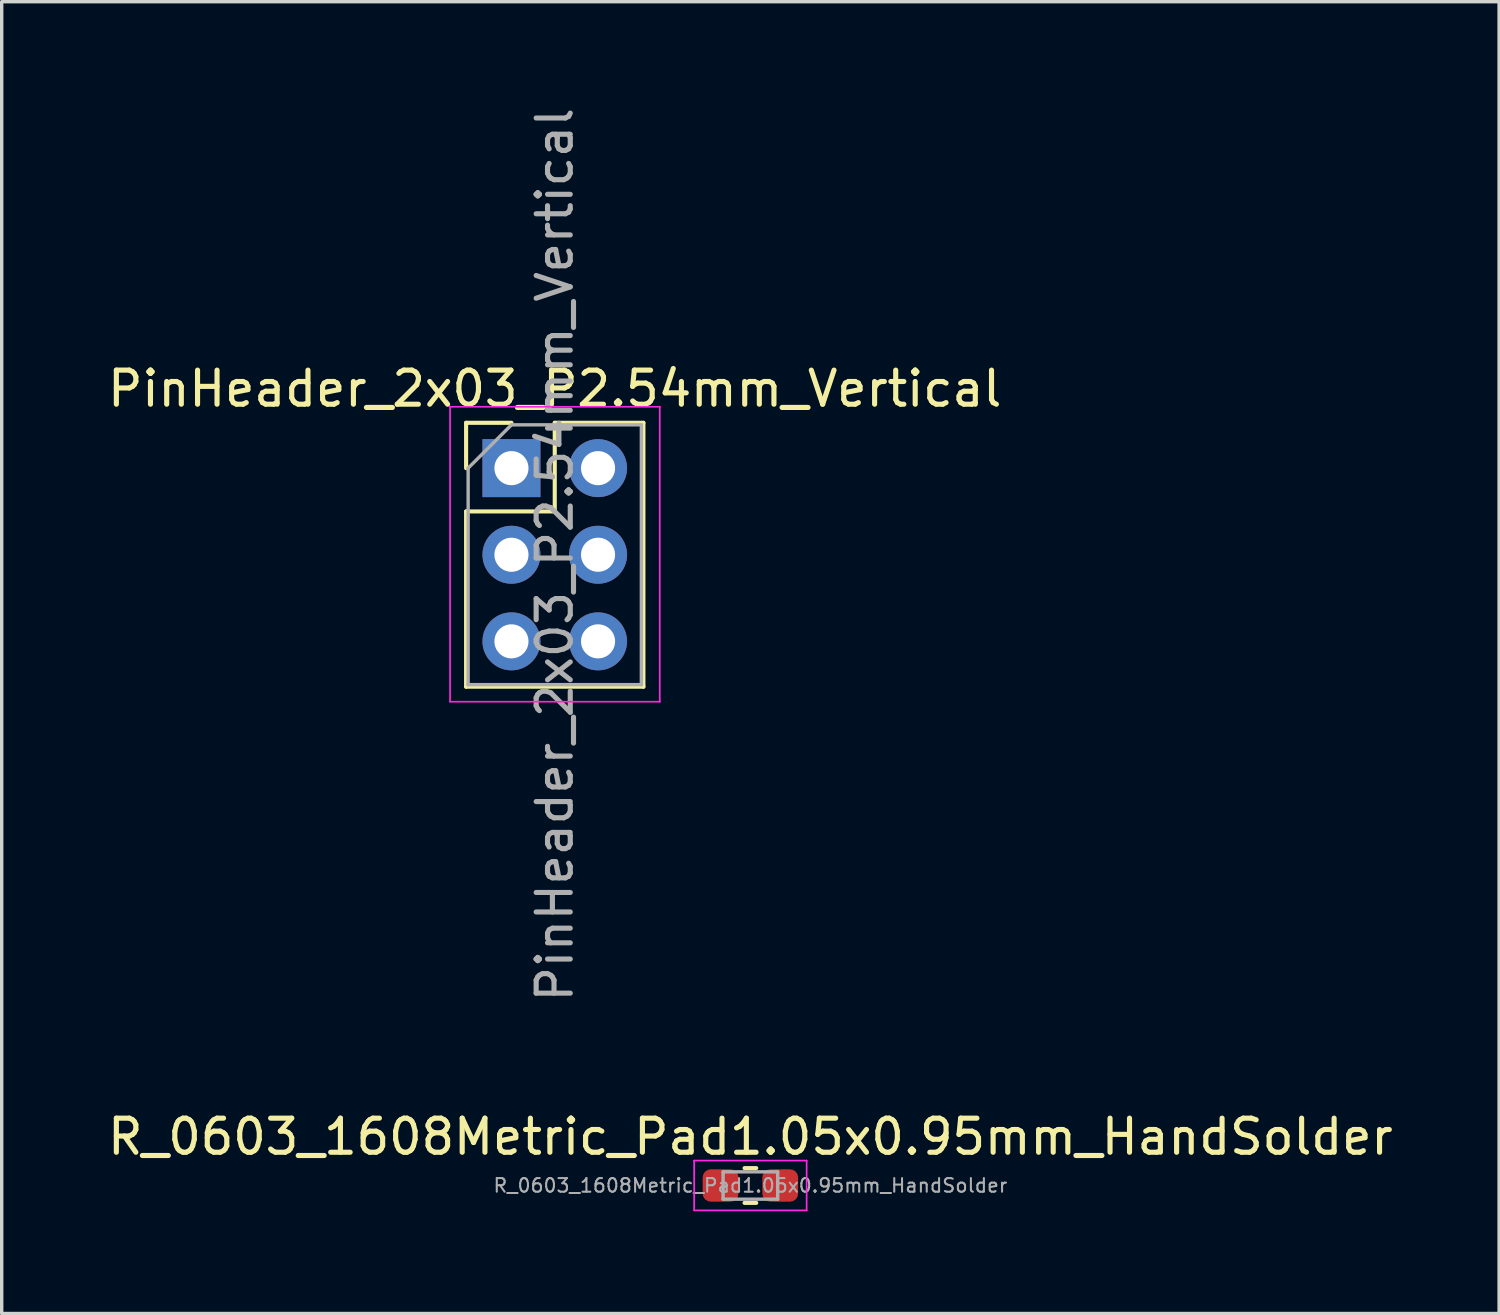
<source format=kicad_pcb>
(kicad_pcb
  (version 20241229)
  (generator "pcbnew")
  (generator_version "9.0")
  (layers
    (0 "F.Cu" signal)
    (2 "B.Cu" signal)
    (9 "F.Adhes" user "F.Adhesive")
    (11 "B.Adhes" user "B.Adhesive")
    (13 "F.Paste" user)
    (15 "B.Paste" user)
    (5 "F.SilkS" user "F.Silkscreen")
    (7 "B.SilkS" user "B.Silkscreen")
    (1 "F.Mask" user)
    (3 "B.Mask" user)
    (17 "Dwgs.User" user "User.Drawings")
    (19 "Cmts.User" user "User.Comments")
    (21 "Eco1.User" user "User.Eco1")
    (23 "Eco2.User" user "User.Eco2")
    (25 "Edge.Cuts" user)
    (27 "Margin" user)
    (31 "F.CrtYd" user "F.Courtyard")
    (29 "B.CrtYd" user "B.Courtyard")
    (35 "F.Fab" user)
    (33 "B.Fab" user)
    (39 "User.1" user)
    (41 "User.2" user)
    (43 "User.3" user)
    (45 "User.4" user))
  (footprint "R_0603_1608Metric_Pad1.05x0.95mm_HandSolder"
    (layer "F.Cu")
    (at 18.958 31.719)
    (property "Reference" "R_0603_1608Metric_Pad1.05x0.95mm_HandSolder" (at 0 -1.43 0) (layer "F.SilkS") (effects (font (size 1 1) (thickness 0.15))))
    (attr smd)
    (fp_line (start -0.171 -0.51) (end 0.171 -0.51) (stroke (width 0.12) (type solid)) (layer "F.SilkS"))
    (fp_line (start -0.171 0.51) (end 0.171 0.51) (stroke (width 0.12) (type solid)) (layer "F.SilkS"))
    (fp_line (start -1.65 -0.73) (end 1.65 -0.73) (stroke (width 0.05) (type solid)) (layer "F.CrtYd"))
    (fp_line (start -1.65 0.73) (end -1.65 -0.73) (stroke (width 0.05) (type solid)) (layer "F.CrtYd"))
    (fp_line (start 1.65 -0.73) (end 1.65 0.73) (stroke (width 0.05) (type solid)) (layer "F.CrtYd"))
    (fp_line (start 1.65 0.73) (end -1.65 0.73) (stroke (width 0.05) (type solid)) (layer "F.CrtYd"))
    (fp_line (start -0.8 -0.4) (end 0.8 -0.4) (stroke (width 0.1) (type solid)) (layer "F.Fab"))
    (fp_line (start -0.8 0.4) (end -0.8 -0.4) (stroke (width 0.1) (type solid)) (layer "F.Fab"))
    (fp_line (start 0.8 -0.4) (end 0.8 0.4) (stroke (width 0.1) (type solid)) (layer "F.Fab"))
    (fp_line (start 0.8 0.4) (end -0.8 0.4) (stroke (width 0.1) (type solid)) (layer "F.Fab"))
    (fp_text user "${REFERENCE}" (at 0 0 0) (layer "F.Fab") (effects (font (size 0.4 0.4) (thickness 0.06))))
    (pad "1" smd roundrect (at -0.875 0) (size 1.05 0.95) (layers "F.Cu" "F.Mask" "F.Paste") (roundrect_rratio 0.25))
    (pad "2" smd roundrect (at 0.875 0) (size 1.05 0.95) (layers "F.Cu" "F.Mask" "F.Paste") (roundrect_rratio 0.25)))
  (footprint "PinHeader_2x03_P2.54mm_Vertical"
    (layer "F.Cu")
    (at 11.95 10.68)
    (property "Reference" "PinHeader_2x03_P2.54mm_Vertical" (at 1.27 -2.33 0) (layer "F.SilkS") (effects (font (size 1 1) (thickness 0.15))))
    (attr through_hole)
    (fp_line (start -1.33 -1.33) (end 0 -1.33) (stroke (width 0.12) (type solid)) (layer "F.SilkS"))
    (fp_line (start -1.33 0) (end -1.33 -1.33) (stroke (width 0.12) (type solid)) (layer "F.SilkS"))
    (fp_line (start -1.33 1.27) (end -1.33 6.41) (stroke (width 0.12) (type solid)) (layer "F.SilkS"))
    (fp_line (start -1.33 1.27) (end 1.27 1.27) (stroke (width 0.12) (type solid)) (layer "F.SilkS"))
    (fp_line (start -1.33 6.41) (end 3.87 6.41) (stroke (width 0.12) (type solid)) (layer "F.SilkS"))
    (fp_line (start 1.27 -1.33) (end 3.87 -1.33) (stroke (width 0.12) (type solid)) (layer "F.SilkS"))
    (fp_line (start 1.27 1.27) (end 1.27 -1.33) (stroke (width 0.12) (type solid)) (layer "F.SilkS"))
    (fp_line (start 3.87 -1.33) (end 3.87 6.41) (stroke (width 0.12) (type solid)) (layer "F.SilkS"))
    (fp_line (start -1.8 -1.8) (end -1.8 6.85) (stroke (width 0.05) (type solid)) (layer "F.CrtYd"))
    (fp_line (start -1.8 6.85) (end 4.35 6.85) (stroke (width 0.05) (type solid)) (layer "F.CrtYd"))
    (fp_line (start 4.35 -1.8) (end -1.8 -1.8) (stroke (width 0.05) (type solid)) (layer "F.CrtYd"))
    (fp_line (start 4.35 6.85) (end 4.35 -1.8) (stroke (width 0.05) (type solid)) (layer "F.CrtYd"))
    (fp_line (start -1.27 0) (end 0 -1.27) (stroke (width 0.1) (type solid)) (layer "F.Fab"))
    (fp_line (start -1.27 6.35) (end -1.27 0) (stroke (width 0.1) (type solid)) (layer "F.Fab"))
    (fp_line (start 0 -1.27) (end 3.81 -1.27) (stroke (width 0.1) (type solid)) (layer "F.Fab"))
    (fp_line (start 3.81 -1.27) (end 3.81 6.35) (stroke (width 0.1) (type solid)) (layer "F.Fab"))
    (fp_line (start 3.81 6.35) (end -1.27 6.35) (stroke (width 0.1) (type solid)) (layer "F.Fab"))
    (fp_text user "${REFERENCE}" (at 1.27 2.54 90) (layer "F.Fab") (effects (font (size 1 1) (thickness 0.15))))
    (pad "1" thru_hole rect (at 0 0) (size 1.7 1.7) (drill 1) (layers "*.Cu" "*.Mask"))
    (pad "2" thru_hole oval (at 2.54 0) (size 1.7 1.7) (drill 1) (layers "*.Cu" "*.Mask"))
    (pad "3" thru_hole oval (at 0 2.54) (size 1.7 1.7) (drill 1) (layers "*.Cu" "*.Mask"))
    (pad "4" thru_hole oval (at 2.54 2.54) (size 1.7 1.7) (drill 1) (layers "*.Cu" "*.Mask"))
    (pad "5" thru_hole oval (at 0 5.08) (size 1.7 1.7) (drill 1) (layers "*.Cu" "*.Mask"))
    (pad "6" thru_hole oval (at 2.54 5.08) (size 1.7 1.7) (drill 1) (layers "*.Cu" "*.Mask")))
  (gr_rect
    (start -3 -3)
    (end 40.917 35.474)
    (stroke (width 0.1) (type default))
    (fill no)
    (layer "Edge.Cuts")))
</source>
